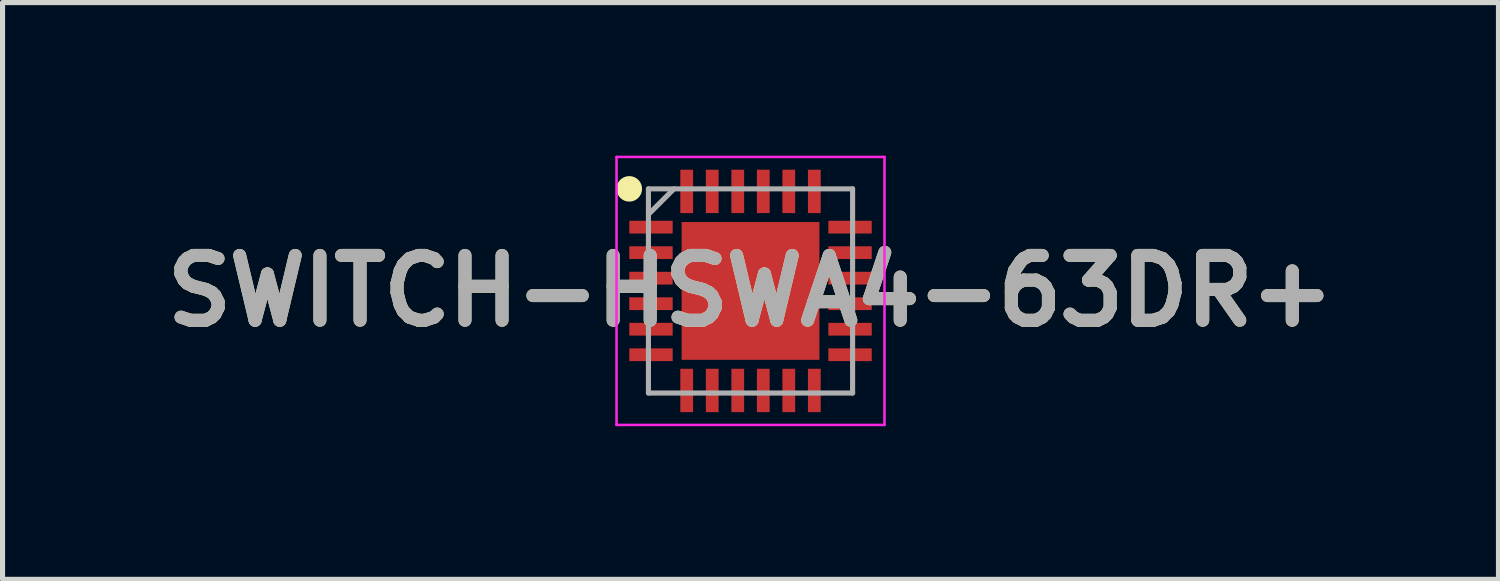
<source format=kicad_pcb>
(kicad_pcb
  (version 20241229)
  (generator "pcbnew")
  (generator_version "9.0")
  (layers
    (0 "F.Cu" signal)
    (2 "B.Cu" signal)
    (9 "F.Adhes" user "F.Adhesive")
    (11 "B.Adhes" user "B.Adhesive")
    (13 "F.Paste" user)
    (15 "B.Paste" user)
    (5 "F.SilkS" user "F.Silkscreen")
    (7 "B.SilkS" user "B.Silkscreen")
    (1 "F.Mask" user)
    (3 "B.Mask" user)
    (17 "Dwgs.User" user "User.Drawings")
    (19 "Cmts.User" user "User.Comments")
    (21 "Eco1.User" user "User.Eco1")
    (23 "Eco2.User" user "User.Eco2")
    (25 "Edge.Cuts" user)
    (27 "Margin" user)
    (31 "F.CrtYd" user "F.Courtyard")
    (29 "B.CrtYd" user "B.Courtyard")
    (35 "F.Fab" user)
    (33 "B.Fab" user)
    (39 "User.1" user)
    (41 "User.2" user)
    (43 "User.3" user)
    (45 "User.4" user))
  (footprint "SWITCH-HSWA4-63DR+"
    (layer "F.Cu")
    (at 11.654 2.65)
    (property "Reference" "SWITCH-HSWA4-63DR+" (at 0 0 0) (layer "F.SilkS") (effects (font (size 1.27 1.27) (thickness 0.254))))
    (attr smd)
    (fp_circle (center -2.375 -2) (end -2.375 -1.875) (stroke (width 0.25) (type solid)) (fill no) (layer "F.SilkS"))
    (fp_line (start -2.625 -2.625) (end 2.625 -2.625) (stroke (width 0.05) (type solid)) (layer "F.CrtYd"))
    (fp_line (start -2.625 2.625) (end -2.625 -2.625) (stroke (width 0.05) (type solid)) (layer "F.CrtYd"))
    (fp_line (start 2.625 -2.625) (end 2.625 2.625) (stroke (width 0.05) (type solid)) (layer "F.CrtYd"))
    (fp_line (start 2.625 2.625) (end -2.625 2.625) (stroke (width 0.05) (type solid)) (layer "F.CrtYd"))
    (fp_line (start -2 -2) (end 2 -2) (stroke (width 0.1) (type solid)) (layer "F.Fab"))
    (fp_line (start -2 -1.5) (end -1.5 -2) (stroke (width 0.1) (type solid)) (layer "F.Fab"))
    (fp_line (start -2 2) (end -2 -2) (stroke (width 0.1) (type solid)) (layer "F.Fab"))
    (fp_line (start 2 -2) (end 2 2) (stroke (width 0.1) (type solid)) (layer "F.Fab"))
    (fp_line (start 2 2) (end -2 2) (stroke (width 0.1) (type solid)) (layer "F.Fab"))
    (fp_text user "${REFERENCE}" (at 0 0 0) (layer "F.Fab") (effects (font (size 1.27 1.27) (thickness 0.254))))
    (pad "1" smd rect (at -1.95 -1.25 90) (size 0.25 0.85) (layers "F.Cu" "F.Mask" "F.Paste"))
    (pad "2" smd rect (at -1.95 -0.75 90) (size 0.25 0.85) (layers "F.Cu" "F.Mask" "F.Paste"))
    (pad "3" smd rect (at -1.95 -0.25 90) (size 0.25 0.85) (layers "F.Cu" "F.Mask" "F.Paste"))
    (pad "4" smd rect (at -1.95 0.25 90) (size 0.25 0.85) (layers "F.Cu" "F.Mask" "F.Paste"))
    (pad "5" smd rect (at -1.95 0.75 90) (size 0.25 0.85) (layers "F.Cu" "F.Mask" "F.Paste"))
    (pad "6" smd rect (at -1.95 1.25 90) (size 0.25 0.85) (layers "F.Cu" "F.Mask" "F.Paste"))
    (pad "7" smd rect (at -1.25 1.95) (size 0.25 0.85) (layers "F.Cu" "F.Mask" "F.Paste"))
    (pad "8" smd rect (at -0.75 1.95) (size 0.25 0.85) (layers "F.Cu" "F.Mask" "F.Paste"))
    (pad "9" smd rect (at -0.25 1.95) (size 0.25 0.85) (layers "F.Cu" "F.Mask" "F.Paste"))
    (pad "10" smd rect (at 0.25 1.95) (size 0.25 0.85) (layers "F.Cu" "F.Mask" "F.Paste"))
    (pad "11" smd rect (at 0.75 1.95) (size 0.25 0.85) (layers "F.Cu" "F.Mask" "F.Paste"))
    (pad "12" smd rect (at 1.25 1.95) (size 0.25 0.85) (layers "F.Cu" "F.Mask" "F.Paste"))
    (pad "13" smd rect (at 1.95 1.25 90) (size 0.25 0.85) (layers "F.Cu" "F.Mask" "F.Paste"))
    (pad "14" smd rect (at 1.95 0.75 90) (size 0.25 0.85) (layers "F.Cu" "F.Mask" "F.Paste"))
    (pad "15" smd rect (at 1.95 0.25 90) (size 0.25 0.85) (layers "F.Cu" "F.Mask" "F.Paste"))
    (pad "16" smd rect (at 1.95 -0.25 90) (size 0.25 0.85) (layers "F.Cu" "F.Mask" "F.Paste"))
    (pad "17" smd rect (at 1.95 -0.75 90) (size 0.25 0.85) (layers "F.Cu" "F.Mask" "F.Paste"))
    (pad "18" smd rect (at 1.95 -1.25 90) (size 0.25 0.85) (layers "F.Cu" "F.Mask" "F.Paste"))
    (pad "19" smd rect (at 1.25 -1.95) (size 0.25 0.85) (layers "F.Cu" "F.Mask" "F.Paste"))
    (pad "20" smd rect (at 0.75 -1.95) (size 0.25 0.85) (layers "F.Cu" "F.Mask" "F.Paste"))
    (pad "21" smd rect (at 0.25 -1.95) (size 0.25 0.85) (layers "F.Cu" "F.Mask" "F.Paste"))
    (pad "22" smd rect (at -0.25 -1.95) (size 0.25 0.85) (layers "F.Cu" "F.Mask" "F.Paste"))
    (pad "23" smd rect (at -0.75 -1.95) (size 0.25 0.85) (layers "F.Cu" "F.Mask" "F.Paste"))
    (pad "24" smd rect (at -1.25 -1.95) (size 0.25 0.85) (layers "F.Cu" "F.Mask" "F.Paste"))
    (pad "25" smd rect (at 0 0) (size 2.7 2.7) (layers "F.Cu" "F.Mask" "F.Paste")))
  (gr_rect
    (start -3 -3)
    (end 26.308 8.3)
    (stroke (width 0.1) (type default))
    (fill no)
    (layer "Edge.Cuts")))
</source>
